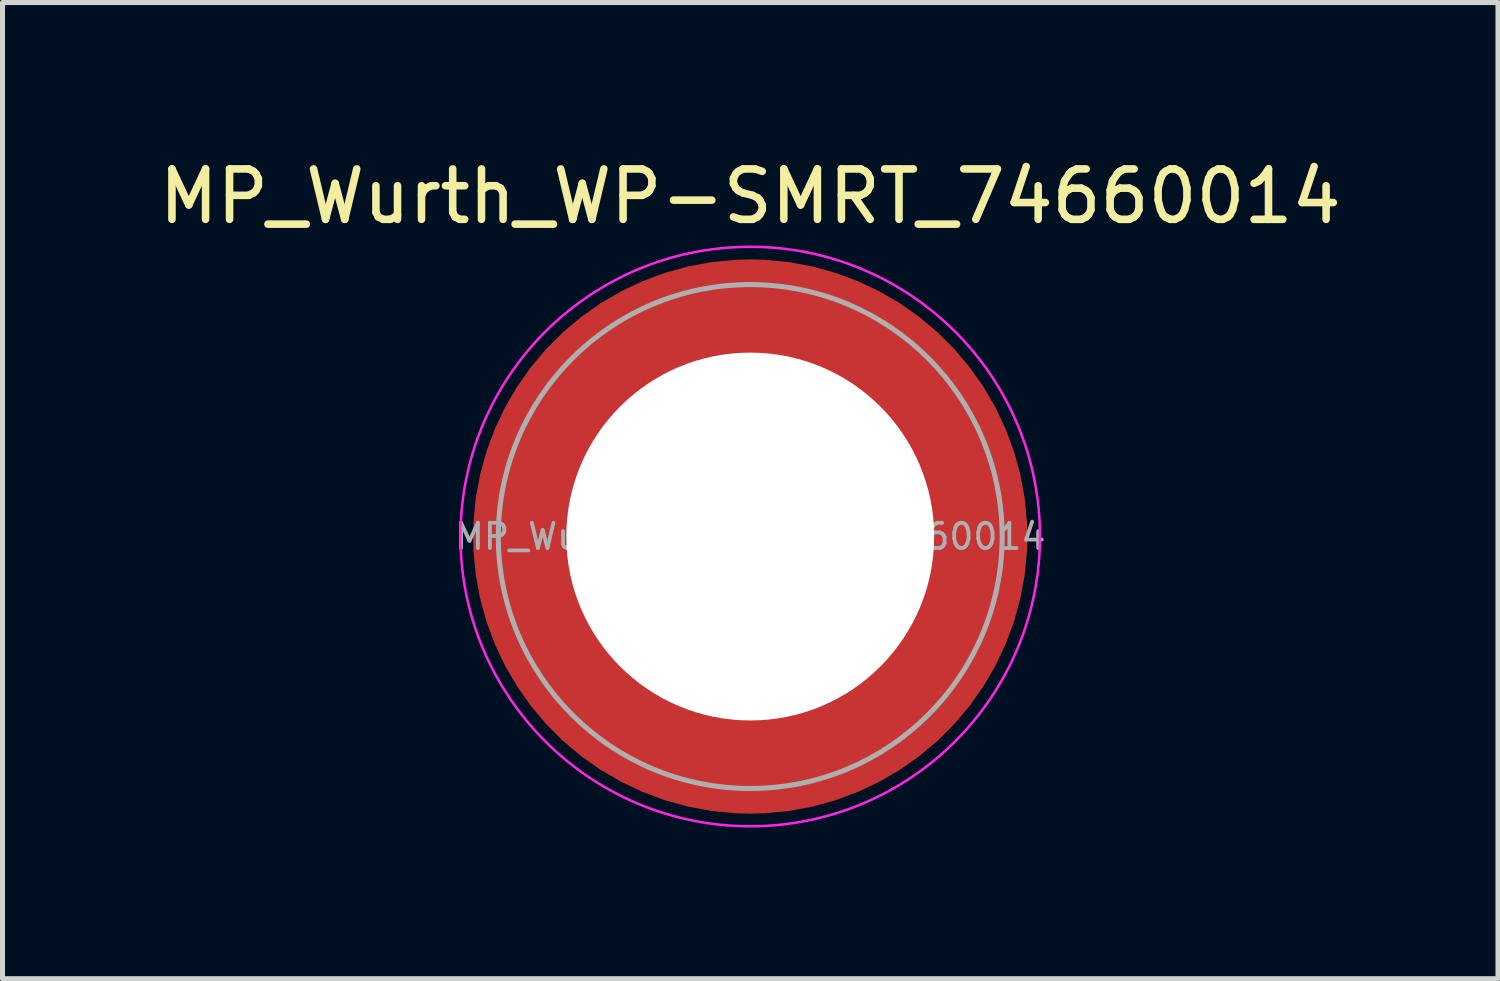
<source format=kicad_pcb>
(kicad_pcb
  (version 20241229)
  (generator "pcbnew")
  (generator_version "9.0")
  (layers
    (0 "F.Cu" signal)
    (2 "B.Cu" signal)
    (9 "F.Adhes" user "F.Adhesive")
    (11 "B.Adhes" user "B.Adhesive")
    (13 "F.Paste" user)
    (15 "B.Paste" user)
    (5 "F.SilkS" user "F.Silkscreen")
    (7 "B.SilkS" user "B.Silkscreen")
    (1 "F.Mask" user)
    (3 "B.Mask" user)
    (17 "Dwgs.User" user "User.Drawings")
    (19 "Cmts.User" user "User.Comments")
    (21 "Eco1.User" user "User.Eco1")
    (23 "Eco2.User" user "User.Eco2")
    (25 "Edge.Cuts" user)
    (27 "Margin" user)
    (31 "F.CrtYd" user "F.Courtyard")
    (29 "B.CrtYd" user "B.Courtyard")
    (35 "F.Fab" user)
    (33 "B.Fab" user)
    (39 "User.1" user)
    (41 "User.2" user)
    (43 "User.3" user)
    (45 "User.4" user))
  (footprint "MP_Wurth_WP-SMRT_74660014"
    (layer "F.Cu")
    (at 11.839 7.598)
    (property "Reference" "MP_Wurth_WP-SMRT_74660014" (at 0 -6.75 0) (unlocked yes) (layer "F.SilkS") (effects (font (size 1 1) (thickness 0.15))))
    (attr smd)
    (fp_poly (pts (xy -5.374 0.495) (xy -3.712 0.495) (xy -3.706 0.54) (xy -3.698 0.587) (xy -3.679 0.701) (xy -3.666 0.761) (xy -3.645 0.859) (xy -3.621 0.955) (xy -3.581 1.094) (xy -3.554 1.179) (xy -3.525 1.264) (xy -3.486 1.367) (xy -3.442 1.474) (xy -3.404 1.559) (xy -3.355 1.665) (xy -3.317 1.739) (xy -3.28 1.807) (xy -3.239 1.881) (xy -3.202 1.943) (xy -3.15 2.025) (xy -3.1 2.1) (xy -3.057 2.164) (xy -3.009 2.228) (xy -3.009 2.228) (xy -2.974 2.277) (xy -2.928 2.336) (xy -2.881 2.392) (xy -2.832 2.451) (xy -2.781 2.507) (xy -2.735 2.559) (xy -2.685 2.61) (xy -2.629 2.665) (xy -2.563 2.731) (xy -2.498 2.789) (xy -2.431 2.849) (xy -2.363 2.905) (xy -2.295 2.96) (xy -2.249 2.994) (xy -2.184 3.042) (xy -2.075 3.118) (xy -2.005 3.162) (xy -2.005 3.162) (xy -1.946 3.201) (xy -1.869 3.245) (xy -1.752 3.31) (xy -1.596 3.386) (xy -1.406 3.472) (xy -1.17 3.557) (xy -0.924 3.63) (xy -0.71 3.677) (xy -0.614 3.694) (xy -0.495 3.712) (xy -0.495 5.381) (xy -0.527 5.38) (xy -0.528 5.38) (xy -0.578 5.374) (xy -0.634 5.367) (xy -0.685 5.361) (xy -0.739 5.354) (xy -0.785 5.348) (xy -0.785 5.348) (xy -0.962 5.318) (xy -0.962 5.318) (xy -1.127 5.286) (xy -1.127 5.286) (xy -1.266 5.254) (xy -1.41 5.218) (xy -1.41 5.218) (xy -1.523 5.186) (xy -1.524 5.186) (xy -1.769 5.107) (xy -1.769 5.107) (xy -1.878 5.068) (xy -1.979 5.03) (xy -1.979 5.03) (xy -2.095 4.983) (xy -2.095 4.983) (xy -2.19 4.94) (xy -2.304 4.891) (xy -2.304 4.89) (xy -2.592 4.743) (xy -2.593 4.743) (xy -2.748 4.652) (xy -2.902 4.559) (xy -2.902 4.559) (xy -3.098 4.43) (xy -3.098 4.43) (xy -3.513 4.104) (xy -3.513 4.104) (xy -3.72 3.923) (xy -3.721 3.922) (xy -4.008 3.627) (xy -4.008 3.627) (xy -4.192 3.411) (xy -4.192 3.411) (xy -4.38 3.172) (xy -4.38 3.172) (xy -4.602 2.839) (xy -4.602 2.838) (xy -4.778 2.531) (xy -4.778 2.531) (xy -4.905 2.271) (xy -4.906 2.271) (xy -5.048 1.942) (xy -5.048 1.942) (xy -5.146 1.662) (xy -5.146 1.661) (xy -5.221 1.405) (xy -5.221 1.405) (xy -5.263 1.233) (xy -5.263 1.233) (xy -5.292 1.1) (xy -5.292 1.1) (xy -5.322 0.945) (xy -5.343 0.834) (xy -5.343 0.834) (xy -5.355 0.725) (xy -5.371 0.616) (xy -5.371 0.615) (xy -5.378 0.537) (xy -5.383 0.49)) (stroke (width 0) (type default)) (fill yes) (layer "F.Paste"))
    (fp_poly (pts (xy -0.495 -5.374) (xy -0.495 -3.712) (xy -0.54 -3.706) (xy -0.587 -3.698) (xy -0.701 -3.679) (xy -0.761 -3.666) (xy -0.859 -3.645) (xy -0.955 -3.621) (xy -1.094 -3.581) (xy -1.179 -3.554) (xy -1.264 -3.525) (xy -1.367 -3.486) (xy -1.474 -3.442) (xy -1.559 -3.404) (xy -1.665 -3.355) (xy -1.739 -3.317) (xy -1.807 -3.28) (xy -1.881 -3.239) (xy -1.943 -3.202) (xy -2.025 -3.15) (xy -2.1 -3.1) (xy -2.164 -3.057) (xy -2.228 -3.009) (xy -2.228 -3.009) (xy -2.277 -2.974) (xy -2.336 -2.928) (xy -2.392 -2.881) (xy -2.451 -2.832) (xy -2.507 -2.781) (xy -2.559 -2.735) (xy -2.61 -2.685) (xy -2.665 -2.629) (xy -2.731 -2.563) (xy -2.789 -2.498) (xy -2.849 -2.431) (xy -2.905 -2.363) (xy -2.96 -2.295) (xy -2.994 -2.249) (xy -3.042 -2.184) (xy -3.118 -2.075) (xy -3.162 -2.005) (xy -3.162 -2.005) (xy -3.201 -1.946) (xy -3.245 -1.869) (xy -3.31 -1.752) (xy -3.386 -1.596) (xy -3.472 -1.406) (xy -3.557 -1.17) (xy -3.63 -0.924) (xy -3.677 -0.71) (xy -3.694 -0.614) (xy -3.712 -0.495) (xy -5.381 -0.495) (xy -5.38 -0.527) (xy -5.38 -0.528) (xy -5.374 -0.578) (xy -5.367 -0.634) (xy -5.361 -0.685) (xy -5.354 -0.739) (xy -5.348 -0.785) (xy -5.348 -0.785) (xy -5.318 -0.962) (xy -5.318 -0.962) (xy -5.286 -1.127) (xy -5.286 -1.127) (xy -5.254 -1.266) (xy -5.218 -1.41) (xy -5.218 -1.41) (xy -5.186 -1.523) (xy -5.186 -1.524) (xy -5.107 -1.769) (xy -5.107 -1.769) (xy -5.068 -1.878) (xy -5.03 -1.979) (xy -5.03 -1.979) (xy -4.983 -2.095) (xy -4.983 -2.095) (xy -4.94 -2.19) (xy -4.891 -2.304) (xy -4.89 -2.304) (xy -4.743 -2.592) (xy -4.743 -2.593) (xy -4.652 -2.748) (xy -4.559 -2.902) (xy -4.559 -2.902) (xy -4.43 -3.098) (xy -4.43 -3.098) (xy -4.104 -3.513) (xy -4.104 -3.513) (xy -3.923 -3.72) (xy -3.922 -3.721) (xy -3.627 -4.008) (xy -3.627 -4.008) (xy -3.411 -4.192) (xy -3.411 -4.192) (xy -3.172 -4.38) (xy -3.172 -4.38) (xy -2.839 -4.602) (xy -2.838 -4.602) (xy -2.531 -4.778) (xy -2.531 -4.778) (xy -2.271 -4.905) (xy -2.271 -4.906) (xy -1.942 -5.048) (xy -1.942 -5.048) (xy -1.662 -5.146) (xy -1.661 -5.146) (xy -1.405 -5.221) (xy -1.405 -5.221) (xy -1.233 -5.263) (xy -1.233 -5.263) (xy -1.1 -5.292) (xy -1.1 -5.292) (xy -0.945 -5.322) (xy -0.834 -5.343) (xy -0.834 -5.343) (xy -0.725 -5.355) (xy -0.616 -5.371) (xy -0.615 -5.371) (xy -0.537 -5.378) (xy -0.49 -5.383)) (stroke (width 0) (type default)) (fill yes) (layer "F.Paste"))
    (fp_poly (pts (xy 0.527 -5.38) (xy 0.528 -5.38) (xy 0.578 -5.374) (xy 0.634 -5.367) (xy 0.685 -5.361) (xy 0.739 -5.354) (xy 0.785 -5.348) (xy 0.785 -5.348) (xy 0.962 -5.318) (xy 0.962 -5.318) (xy 1.127 -5.286) (xy 1.127 -5.286) (xy 1.266 -5.254) (xy 1.41 -5.218) (xy 1.41 -5.218) (xy 1.523 -5.186) (xy 1.524 -5.186) (xy 1.769 -5.107) (xy 1.769 -5.107) (xy 1.878 -5.068) (xy 1.979 -5.03) (xy 1.979 -5.03) (xy 2.095 -4.983) (xy 2.095 -4.983) (xy 2.19 -4.94) (xy 2.304 -4.891) (xy 2.304 -4.89) (xy 2.592 -4.743) (xy 2.593 -4.743) (xy 2.748 -4.652) (xy 2.902 -4.559) (xy 2.902 -4.559) (xy 3.098 -4.43) (xy 3.098 -4.43) (xy 3.513 -4.104) (xy 3.513 -4.104) (xy 3.72 -3.923) (xy 3.721 -3.922) (xy 4.008 -3.627) (xy 4.008 -3.627) (xy 4.192 -3.411) (xy 4.192 -3.411) (xy 4.38 -3.172) (xy 4.38 -3.172) (xy 4.602 -2.839) (xy 4.602 -2.838) (xy 4.778 -2.531) (xy 4.778 -2.531) (xy 4.905 -2.271) (xy 4.906 -2.271) (xy 5.048 -1.942) (xy 5.048 -1.942) (xy 5.146 -1.662) (xy 5.146 -1.661) (xy 5.221 -1.405) (xy 5.221 -1.405) (xy 5.263 -1.233) (xy 5.263 -1.233) (xy 5.292 -1.1) (xy 5.292 -1.1) (xy 5.322 -0.945) (xy 5.343 -0.834) (xy 5.343 -0.834) (xy 5.355 -0.725) (xy 5.371 -0.616) (xy 5.371 -0.615) (xy 5.378 -0.537) (xy 5.383 -0.49) (xy 5.374 -0.495) (xy 3.712 -0.495) (xy 3.706 -0.54) (xy 3.698 -0.587) (xy 3.679 -0.701) (xy 3.666 -0.761) (xy 3.645 -0.859) (xy 3.621 -0.955) (xy 3.581 -1.094) (xy 3.554 -1.179) (xy 3.525 -1.264) (xy 3.486 -1.367) (xy 3.442 -1.474) (xy 3.404 -1.559) (xy 3.355 -1.665) (xy 3.317 -1.739) (xy 3.28 -1.807) (xy 3.239 -1.881) (xy 3.202 -1.943) (xy 3.15 -2.025) (xy 3.1 -2.1) (xy 3.057 -2.164) (xy 3.009 -2.228) (xy 3.009 -2.228) (xy 2.974 -2.277) (xy 2.928 -2.336) (xy 2.881 -2.392) (xy 2.832 -2.451) (xy 2.781 -2.507) (xy 2.735 -2.559) (xy 2.685 -2.61) (xy 2.629 -2.665) (xy 2.563 -2.731) (xy 2.498 -2.789) (xy 2.431 -2.849) (xy 2.363 -2.905) (xy 2.295 -2.96) (xy 2.249 -2.994) (xy 2.184 -3.042) (xy 2.075 -3.118) (xy 2.005 -3.162) (xy 2.005 -3.162) (xy 1.946 -3.201) (xy 1.869 -3.245) (xy 1.752 -3.31) (xy 1.596 -3.386) (xy 1.406 -3.472) (xy 1.17 -3.557) (xy 0.924 -3.63) (xy 0.71 -3.677) (xy 0.614 -3.694) (xy 0.495 -3.712) (xy 0.495 -5.381)) (stroke (width 0) (type default)) (fill yes) (layer "F.Paste"))
    (fp_poly (pts (xy 5.38 0.527) (xy 5.38 0.528) (xy 5.374 0.578) (xy 5.367 0.634) (xy 5.361 0.685) (xy 5.354 0.739) (xy 5.348 0.785) (xy 5.348 0.785) (xy 5.318 0.962) (xy 5.318 0.962) (xy 5.286 1.127) (xy 5.286 1.127) (xy 5.254 1.266) (xy 5.218 1.41) (xy 5.218 1.41) (xy 5.186 1.523) (xy 5.186 1.524) (xy 5.107 1.769) (xy 5.107 1.769) (xy 5.068 1.878) (xy 5.03 1.979) (xy 5.03 1.979) (xy 4.983 2.095) (xy 4.983 2.095) (xy 4.94 2.19) (xy 4.891 2.304) (xy 4.89 2.304) (xy 4.743 2.592) (xy 4.743 2.593) (xy 4.652 2.748) (xy 4.559 2.902) (xy 4.559 2.902) (xy 4.43 3.098) (xy 4.43 3.098) (xy 4.104 3.513) (xy 4.104 3.513) (xy 3.923 3.72) (xy 3.922 3.721) (xy 3.627 4.008) (xy 3.627 4.008) (xy 3.411 4.192) (xy 3.411 4.192) (xy 3.172 4.38) (xy 3.172 4.38) (xy 2.839 4.602) (xy 2.838 4.602) (xy 2.531 4.778) (xy 2.531 4.778) (xy 2.271 4.905) (xy 2.271 4.906) (xy 1.942 5.048) (xy 1.942 5.048) (xy 1.662 5.146) (xy 1.661 5.146) (xy 1.405 5.221) (xy 1.405 5.221) (xy 1.233 5.263) (xy 1.233 5.263) (xy 1.1 5.292) (xy 1.1 5.292) (xy 0.945 5.322) (xy 0.834 5.343) (xy 0.834 5.343) (xy 0.725 5.355) (xy 0.616 5.371) (xy 0.615 5.371) (xy 0.537 5.378) (xy 0.49 5.383) (xy 0.495 5.374) (xy 0.495 3.712) (xy 0.54 3.706) (xy 0.587 3.698) (xy 0.701 3.679) (xy 0.761 3.666) (xy 0.859 3.645) (xy 0.955 3.621) (xy 1.094 3.581) (xy 1.179 3.554) (xy 1.264 3.525) (xy 1.367 3.486) (xy 1.474 3.442) (xy 1.559 3.404) (xy 1.665 3.355) (xy 1.739 3.317) (xy 1.807 3.28) (xy 1.881 3.239) (xy 1.943 3.202) (xy 2.025 3.15) (xy 2.1 3.1) (xy 2.164 3.057) (xy 2.228 3.009) (xy 2.228 3.009) (xy 2.277 2.974) (xy 2.336 2.928) (xy 2.392 2.881) (xy 2.451 2.832) (xy 2.507 2.781) (xy 2.559 2.735) (xy 2.61 2.685) (xy 2.665 2.629) (xy 2.731 2.563) (xy 2.789 2.498) (xy 2.849 2.431) (xy 2.905 2.363) (xy 2.96 2.295) (xy 2.994 2.249) (xy 3.042 2.184) (xy 3.118 2.075) (xy 3.162 2.005) (xy 3.162 2.005) (xy 3.201 1.946) (xy 3.245 1.869) (xy 3.31 1.752) (xy 3.386 1.596) (xy 3.472 1.406) (xy 3.557 1.17) (xy 3.63 0.924) (xy 3.677 0.71) (xy 3.694 0.614) (xy 3.712 0.495) (xy 5.381 0.495)) (stroke (width 0) (type default)) (fill yes) (layer "F.Paste"))
    (fp_circle (center 0 0) (end 5.75 0) (stroke (width 0.05) (type solid)) (fill no) (layer "F.CrtYd"))
    (fp_circle (center 0 0) (end 5 0) (stroke (width 0.1) (type solid)) (fill no) (layer "F.Fab"))
    (fp_text user "${REFERENCE}" (at 0 0 0) (unlocked yes) (layer "F.Fab") (effects (font (size 0.5 0.5) (thickness 0.075))))
    (pad "" np_thru_hole circle (at 0 0) (size 7.3 7.3) (drill 7.3) (layers "*.Cu" "*.Mask"))
    (pad "1" smd roundrect (at 0 0) (size 11 11) (layers "F.Cu" "F.Mask") (roundrect_rratio 0.5)))
  (gr_rect
    (start -3 -3)
    (end 26.679 16.373)
    (stroke (width 0.1) (type default))
    (fill no)
    (layer "Edge.Cuts")))
</source>
